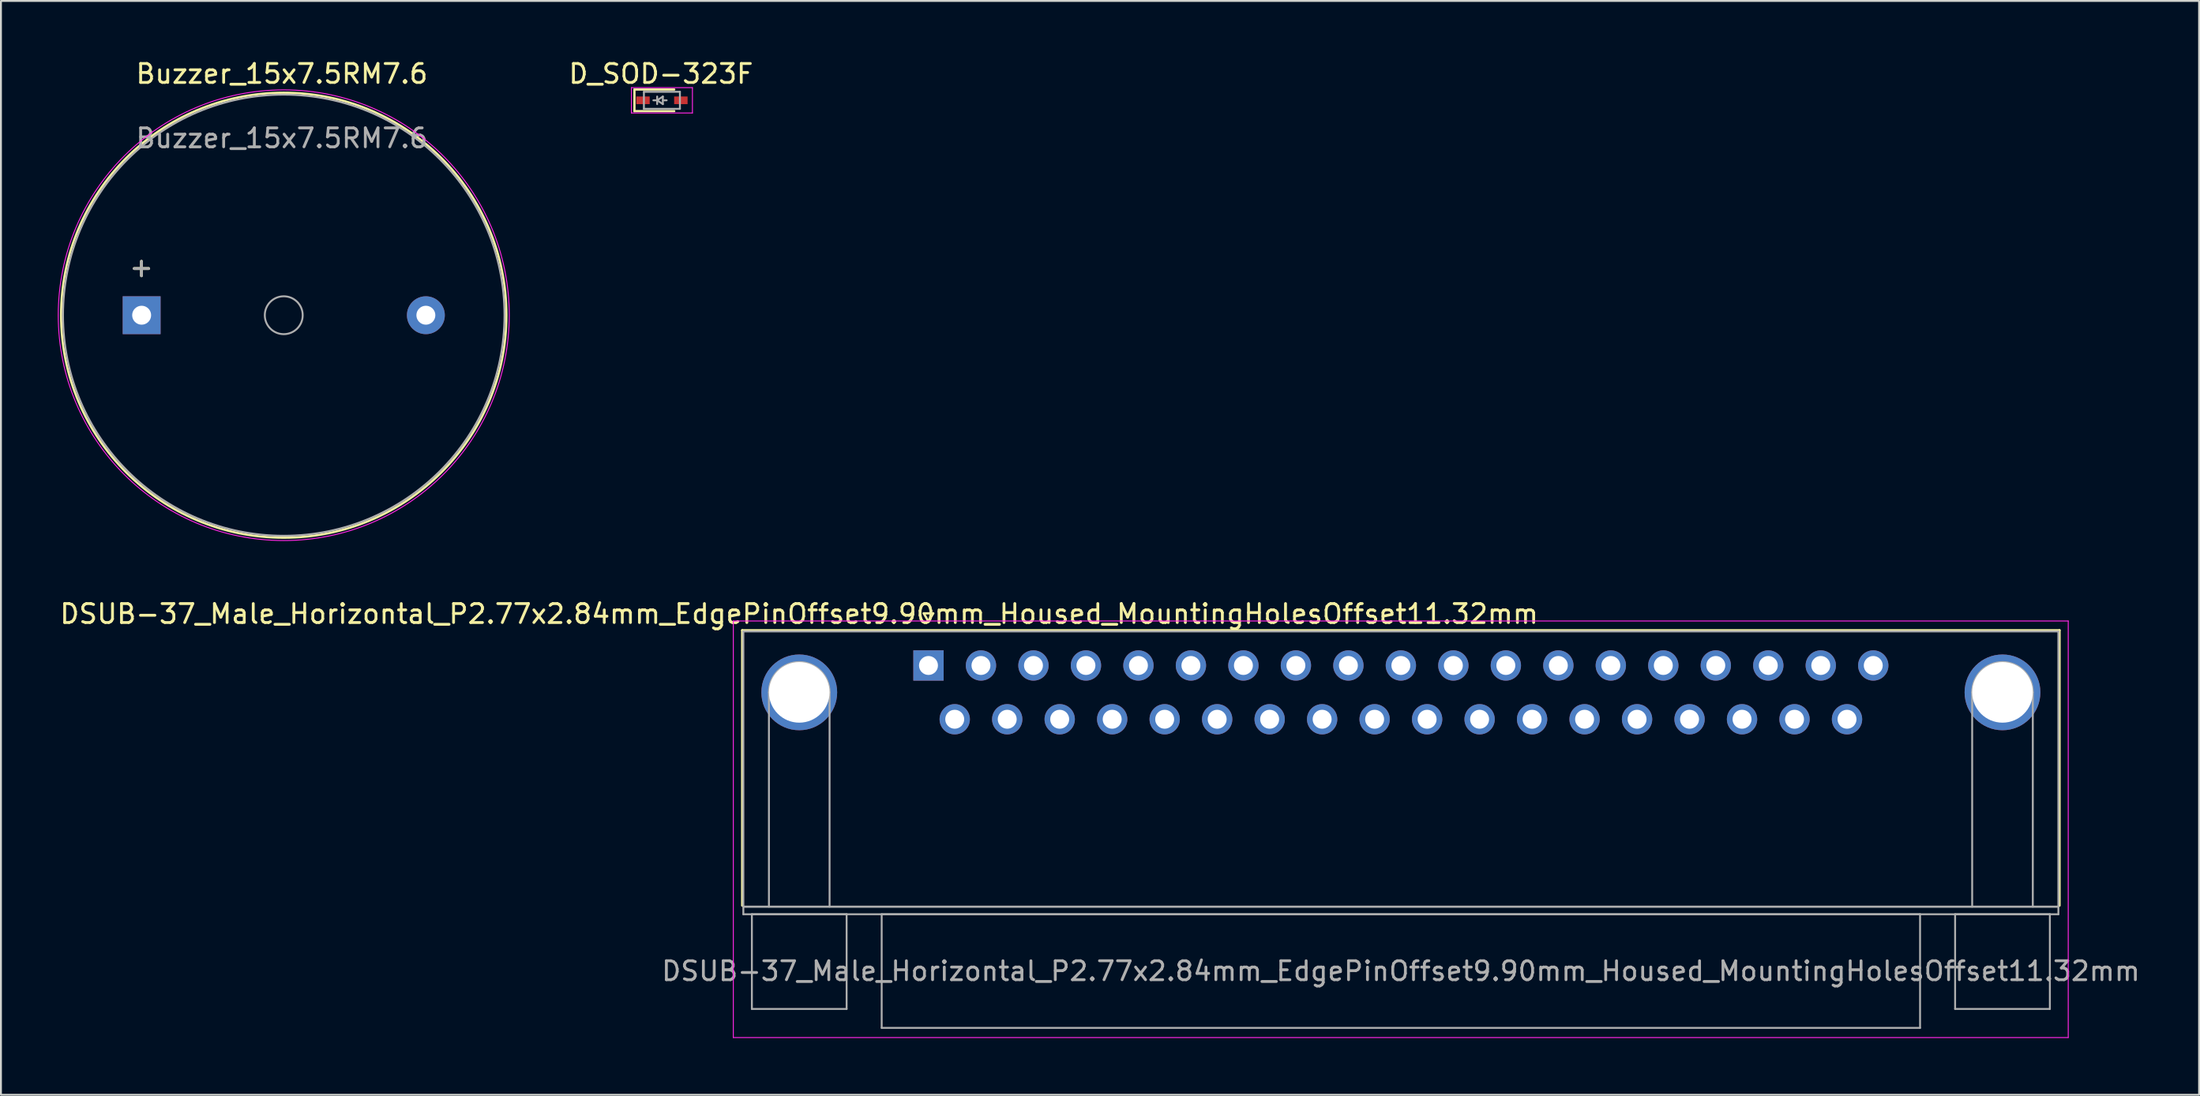
<source format=kicad_pcb>
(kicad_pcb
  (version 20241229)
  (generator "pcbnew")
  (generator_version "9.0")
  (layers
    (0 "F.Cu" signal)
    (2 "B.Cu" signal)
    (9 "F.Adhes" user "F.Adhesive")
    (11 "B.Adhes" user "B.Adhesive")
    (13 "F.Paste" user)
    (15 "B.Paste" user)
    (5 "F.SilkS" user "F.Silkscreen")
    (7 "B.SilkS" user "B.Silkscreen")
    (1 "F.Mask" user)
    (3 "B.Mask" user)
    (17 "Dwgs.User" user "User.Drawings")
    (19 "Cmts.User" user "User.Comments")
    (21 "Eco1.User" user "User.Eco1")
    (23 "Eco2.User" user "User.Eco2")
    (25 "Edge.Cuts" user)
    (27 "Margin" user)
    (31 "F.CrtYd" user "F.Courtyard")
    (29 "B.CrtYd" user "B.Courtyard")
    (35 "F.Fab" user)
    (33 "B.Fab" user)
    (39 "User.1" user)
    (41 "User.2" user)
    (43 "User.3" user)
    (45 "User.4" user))
  (footprint "Buzzer_15x7.5RM7.6"
    (layer "F.Cu")
    (at 4.425 13.598)
    (property "Reference" "Buzzer_15x7.5RM7.6" (at 7.4 -12.75 180) (layer "F.SilkS") (effects (font (size 1 1) (thickness 0.15))))
    (attr through_hole)
    (fp_circle (center 7.5 0) (end 19.25 0) (stroke (width 0.12) (type solid)) (fill no) (layer "F.SilkS"))
    (fp_circle (center 7.5 0) (end 19.4 0) (stroke (width 0.05) (type solid)) (fill no) (layer "F.CrtYd"))
    (fp_circle (center 7.5 0) (end 8.5 0) (stroke (width 0.1) (type solid)) (fill no) (layer "F.Fab"))
    (fp_circle (center 7.5 0) (end 19.15 0) (stroke (width 0.1) (type solid)) (fill no) (layer "F.Fab"))
    (fp_text user "+" (at -0.01 -2.54 0) (layer "F.SilkS") (effects (font (size 1 1) (thickness 0.15))))
    (fp_text user "+" (at -0.01 -2.54 0) (layer "F.Fab") (effects (font (size 1 1) (thickness 0.15))))
    (fp_text user "${REFERENCE}" (at 7.4 -9.35 0) (layer "F.Fab") (effects (font (size 1 1) (thickness 0.15))))
    (pad "1" thru_hole rect (at 0 0) (size 2 2) (drill 1) (layers "*.Cu" "*.Mask"))
    (pad "2" thru_hole circle (at 15 0) (size 2 2) (drill 1) (layers "*.Cu" "*.Mask")))
  (footprint "D_SOD-323F"
    (layer "F.Cu")
    (at 31.832 2.248)
    (property "Reference" "D_SOD-323F" (at 0 -1.4 0) (layer "F.SilkS") (effects (font (size 1 1) (thickness 0.15))))
    (attr smd)
    (fp_line (start -1.4 -0.57) (end -1.4 0.57) (stroke (width 0.12) (type solid)) (layer "F.SilkS"))
    (fp_line (start -1.4 -0.57) (end 0.7 -0.57) (stroke (width 0.12) (type solid)) (layer "F.SilkS"))
    (fp_line (start -1.4 0.57) (end 0.7 0.57) (stroke (width 0.12) (type solid)) (layer "F.SilkS"))
    (fp_line (start -1.56 -0.67) (end -1.56 0.67) (stroke (width 0.05) (type solid)) (layer "F.CrtYd"))
    (fp_line (start -1.56 0.67) (end 1.66 0.67) (stroke (width 0.05) (type solid)) (layer "F.CrtYd"))
    (fp_line (start 1.66 -0.67) (end -1.56 -0.67) (stroke (width 0.05) (type solid)) (layer "F.CrtYd"))
    (fp_line (start 1.66 0.67) (end 1.66 -0.67) (stroke (width 0.05) (type solid)) (layer "F.CrtYd"))
    (fp_line (start -0.9 -0.45) (end 1 -0.45) (stroke (width 0.1) (type solid)) (layer "F.Fab"))
    (fp_line (start -0.9 0.45) (end -0.9 -0.45) (stroke (width 0.1) (type solid)) (layer "F.Fab"))
    (fp_line (start -0.2 -0.2) (end -0.2 0.2) (stroke (width 0.1) (type solid)) (layer "F.Fab"))
    (fp_line (start -0.2 0) (end -0.4 0) (stroke (width 0.1) (type solid)) (layer "F.Fab"))
    (fp_line (start -0.2 0) (end 0.1 0.2) (stroke (width 0.1) (type solid)) (layer "F.Fab"))
    (fp_line (start 0.1 -0.2) (end -0.2 0) (stroke (width 0.1) (type solid)) (layer "F.Fab"))
    (fp_line (start 0.1 0) (end 0.3 0) (stroke (width 0.1) (type solid)) (layer "F.Fab"))
    (fp_line (start 0.1 0.2) (end 0.1 -0.2) (stroke (width 0.1) (type solid)) (layer "F.Fab"))
    (fp_line (start 1 -0.45) (end 1 0.45) (stroke (width 0.1) (type solid)) (layer "F.Fab"))
    (fp_line (start 1 0.45) (end -0.9 0.45) (stroke (width 0.1) (type solid)) (layer "F.Fab"))
    (pad "1" smd rect (at -0.95 0) (size 0.71 0.403) (layers "F.Cu" "F.Mask" "F.Paste"))
    (pad "2" smd rect (at 1.05 0) (size 0.71 0.403) (layers "F.Cu" "F.Mask" "F.Paste")))
  (footprint "DSUB-37_Male_Horizontal_P2.77x2.84mm_EdgePinOffset9.90mm_Housed_MountingHolesOffset11.32mm"
    (layer "F.Cu")
    (at 70.85 36.272)
    (property "Reference" "DSUB-37_Male_Horizontal_P2.77x2.84mm_EdgePinOffset9.90mm_Housed_MountingHolesOffset11.32mm" (at -31.725 -6.9 0) (layer "F.SilkS") (effects (font (size 1 1) (thickness 0.15))))
    (attr through_hole)
    (fp_line (start -34.73 -6.035) (end 34.79 -6.035) (stroke (width 0.12) (type solid)) (layer "F.SilkS"))
    (fp_line (start -34.73 8.505) (end -34.73 -6.035) (stroke (width 0.12) (type solid)) (layer "F.SilkS"))
    (fp_line (start -25.15 -6.929) (end -24.65 -6.929) (stroke (width 0.12) (type solid)) (layer "F.SilkS"))
    (fp_line (start -24.9 -6.496) (end -25.15 -6.929) (stroke (width 0.12) (type solid)) (layer "F.SilkS"))
    (fp_line (start -24.65 -6.929) (end -24.9 -6.496) (stroke (width 0.12) (type solid)) (layer "F.SilkS"))
    (fp_line (start 34.79 -6.035) (end 34.79 8.505) (stroke (width 0.12) (type solid)) (layer "F.SilkS"))
    (fp_line (start -35.2 -6.525) (end -35.2 15.475) (stroke (width 0.05) (type solid)) (layer "F.CrtYd"))
    (fp_line (start -35.2 15.475) (end 35.25 15.475) (stroke (width 0.05) (type solid)) (layer "F.CrtYd"))
    (fp_line (start 35.25 -6.525) (end -35.2 -6.525) (stroke (width 0.05) (type solid)) (layer "F.CrtYd"))
    (fp_line (start 35.25 15.475) (end 35.25 -6.525) (stroke (width 0.05) (type solid)) (layer "F.CrtYd"))
    (fp_line (start -34.67 -5.975) (end -34.67 8.565) (stroke (width 0.1) (type solid)) (layer "F.Fab"))
    (fp_line (start -34.67 8.565) (end -34.67 8.965) (stroke (width 0.1) (type solid)) (layer "F.Fab"))
    (fp_line (start -34.67 8.565) (end 34.73 8.565) (stroke (width 0.1) (type solid)) (layer "F.Fab"))
    (fp_line (start -34.67 8.965) (end 34.73 8.965) (stroke (width 0.1) (type solid)) (layer "F.Fab"))
    (fp_line (start -34.22 8.965) (end -34.22 13.965) (stroke (width 0.1) (type solid)) (layer "F.Fab"))
    (fp_line (start -34.22 13.965) (end -29.22 13.965) (stroke (width 0.1) (type solid)) (layer "F.Fab"))
    (fp_line (start -33.32 8.565) (end -33.32 -2.755) (stroke (width 0.1) (type solid)) (layer "F.Fab"))
    (fp_line (start -30.12 8.565) (end -30.12 -2.755) (stroke (width 0.1) (type solid)) (layer "F.Fab"))
    (fp_line (start -29.22 8.965) (end -34.22 8.965) (stroke (width 0.1) (type solid)) (layer "F.Fab"))
    (fp_line (start -29.22 13.965) (end -29.22 8.965) (stroke (width 0.1) (type solid)) (layer "F.Fab"))
    (fp_line (start -27.37 8.965) (end -27.37 14.965) (stroke (width 0.1) (type solid)) (layer "F.Fab"))
    (fp_line (start -27.37 14.965) (end 27.43 14.965) (stroke (width 0.1) (type solid)) (layer "F.Fab"))
    (fp_line (start 27.43 8.965) (end -27.37 8.965) (stroke (width 0.1) (type solid)) (layer "F.Fab"))
    (fp_line (start 27.43 14.965) (end 27.43 8.965) (stroke (width 0.1) (type solid)) (layer "F.Fab"))
    (fp_line (start 29.28 8.965) (end 29.28 13.965) (stroke (width 0.1) (type solid)) (layer "F.Fab"))
    (fp_line (start 29.28 13.965) (end 34.28 13.965) (stroke (width 0.1) (type solid)) (layer "F.Fab"))
    (fp_line (start 30.18 8.565) (end 30.18 -2.755) (stroke (width 0.1) (type solid)) (layer "F.Fab"))
    (fp_line (start 33.38 8.565) (end 33.38 -2.755) (stroke (width 0.1) (type solid)) (layer "F.Fab"))
    (fp_line (start 34.28 8.965) (end 29.28 8.965) (stroke (width 0.1) (type solid)) (layer "F.Fab"))
    (fp_line (start 34.28 13.965) (end 34.28 8.965) (stroke (width 0.1) (type solid)) (layer "F.Fab"))
    (fp_line (start 34.73 -5.975) (end -34.67 -5.975) (stroke (width 0.1) (type solid)) (layer "F.Fab"))
    (fp_line (start 34.73 8.565) (end -34.67 8.565) (stroke (width 0.1) (type solid)) (layer "F.Fab"))
    (fp_line (start 34.73 8.565) (end 34.73 -5.975) (stroke (width 0.1) (type solid)) (layer "F.Fab"))
    (fp_line (start 34.73 8.965) (end 34.73 8.565) (stroke (width 0.1) (type solid)) (layer "F.Fab"))
    (fp_arc (start -33.32 -2.755) (mid -31.72 -4.355) (end -30.12 -2.755) (stroke (width 0.1) (type solid)) (layer "F.Fab"))
    (fp_arc (start 30.18 -2.755) (mid 31.78 -4.355) (end 33.38 -2.755) (stroke (width 0.1) (type solid)) (layer "F.Fab"))
    (fp_text user "${REFERENCE}" (at 0.03 11.965 0) (layer "F.Fab") (effects (font (size 1 1) (thickness 0.15))))
    (pad "0" thru_hole circle (at -31.72 -2.755) (size 4 4) (drill 3.2) (layers "*.Cu" "*.Mask"))
    (pad "0" thru_hole circle (at 31.78 -2.755) (size 4 4) (drill 3.2) (layers "*.Cu" "*.Mask"))
    (pad "1" thru_hole rect (at -24.9 -4.175) (size 1.6 1.6) (drill 1) (layers "*.Cu" "*.Mask"))
    (pad "2" thru_hole circle (at -22.13 -4.175) (size 1.6 1.6) (drill 1) (layers "*.Cu" "*.Mask"))
    (pad "3" thru_hole circle (at -19.36 -4.175) (size 1.6 1.6) (drill 1) (layers "*.Cu" "*.Mask"))
    (pad "4" thru_hole circle (at -16.59 -4.175) (size 1.6 1.6) (drill 1) (layers "*.Cu" "*.Mask"))
    (pad "5" thru_hole circle (at -13.82 -4.175) (size 1.6 1.6) (drill 1) (layers "*.Cu" "*.Mask"))
    (pad "6" thru_hole circle (at -11.05 -4.175) (size 1.6 1.6) (drill 1) (layers "*.Cu" "*.Mask"))
    (pad "7" thru_hole circle (at -8.28 -4.175) (size 1.6 1.6) (drill 1) (layers "*.Cu" "*.Mask"))
    (pad "8" thru_hole circle (at -5.51 -4.175) (size 1.6 1.6) (drill 1) (layers "*.Cu" "*.Mask"))
    (pad "9" thru_hole circle (at -2.74 -4.175) (size 1.6 1.6) (drill 1) (layers "*.Cu" "*.Mask"))
    (pad "10" thru_hole circle (at 0.03 -4.175) (size 1.6 1.6) (drill 1) (layers "*.Cu" "*.Mask"))
    (pad "11" thru_hole circle (at 2.8 -4.175) (size 1.6 1.6) (drill 1) (layers "*.Cu" "*.Mask"))
    (pad "12" thru_hole circle (at 5.57 -4.175) (size 1.6 1.6) (drill 1) (layers "*.Cu" "*.Mask"))
    (pad "13" thru_hole circle (at 8.34 -4.175) (size 1.6 1.6) (drill 1) (layers "*.Cu" "*.Mask"))
    (pad "14" thru_hole circle (at 11.11 -4.175) (size 1.6 1.6) (drill 1) (layers "*.Cu" "*.Mask"))
    (pad "15" thru_hole circle (at 13.88 -4.175) (size 1.6 1.6) (drill 1) (layers "*.Cu" "*.Mask"))
    (pad "16" thru_hole circle (at 16.65 -4.175) (size 1.6 1.6) (drill 1) (layers "*.Cu" "*.Mask"))
    (pad "17" thru_hole circle (at 19.42 -4.175) (size 1.6 1.6) (drill 1) (layers "*.Cu" "*.Mask"))
    (pad "18" thru_hole circle (at 22.19 -4.175) (size 1.6 1.6) (drill 1) (layers "*.Cu" "*.Mask"))
    (pad "19" thru_hole circle (at 24.96 -4.175) (size 1.6 1.6) (drill 1) (layers "*.Cu" "*.Mask"))
    (pad "20" thru_hole circle (at -23.515 -1.335) (size 1.6 1.6) (drill 1) (layers "*.Cu" "*.Mask"))
    (pad "21" thru_hole circle (at -20.745 -1.335) (size 1.6 1.6) (drill 1) (layers "*.Cu" "*.Mask"))
    (pad "22" thru_hole circle (at -17.975 -1.335) (size 1.6 1.6) (drill 1) (layers "*.Cu" "*.Mask"))
    (pad "23" thru_hole circle (at -15.205 -1.335) (size 1.6 1.6) (drill 1) (layers "*.Cu" "*.Mask"))
    (pad "24" thru_hole circle (at -12.435 -1.335) (size 1.6 1.6) (drill 1) (layers "*.Cu" "*.Mask"))
    (pad "25" thru_hole circle (at -9.665 -1.335) (size 1.6 1.6) (drill 1) (layers "*.Cu" "*.Mask"))
    (pad "26" thru_hole circle (at -6.895 -1.335) (size 1.6 1.6) (drill 1) (layers "*.Cu" "*.Mask"))
    (pad "27" thru_hole circle (at -4.125 -1.335) (size 1.6 1.6) (drill 1) (layers "*.Cu" "*.Mask"))
    (pad "28" thru_hole circle (at -1.355 -1.335) (size 1.6 1.6) (drill 1) (layers "*.Cu" "*.Mask"))
    (pad "29" thru_hole circle (at 1.415 -1.335) (size 1.6 1.6) (drill 1) (layers "*.Cu" "*.Mask"))
    (pad "30" thru_hole circle (at 4.185 -1.335) (size 1.6 1.6) (drill 1) (layers "*.Cu" "*.Mask"))
    (pad "31" thru_hole circle (at 6.955 -1.335) (size 1.6 1.6) (drill 1) (layers "*.Cu" "*.Mask"))
    (pad "32" thru_hole circle (at 9.725 -1.335) (size 1.6 1.6) (drill 1) (layers "*.Cu" "*.Mask"))
    (pad "33" thru_hole circle (at 12.495 -1.335) (size 1.6 1.6) (drill 1) (layers "*.Cu" "*.Mask"))
    (pad "34" thru_hole circle (at 15.265 -1.335) (size 1.6 1.6) (drill 1) (layers "*.Cu" "*.Mask"))
    (pad "35" thru_hole circle (at 18.035 -1.335) (size 1.6 1.6) (drill 1) (layers "*.Cu" "*.Mask"))
    (pad "36" thru_hole circle (at 20.805 -1.335) (size 1.6 1.6) (drill 1) (layers "*.Cu" "*.Mask"))
    (pad "37" thru_hole circle (at 23.575 -1.335) (size 1.6 1.6) (drill 1) (layers "*.Cu" "*.Mask")))
  (gr_rect
    (start -3 -3)
    (end 113.005 54.772)
    (stroke (width 0.1) (type default))
    (fill no)
    (layer "Edge.Cuts")))
</source>
